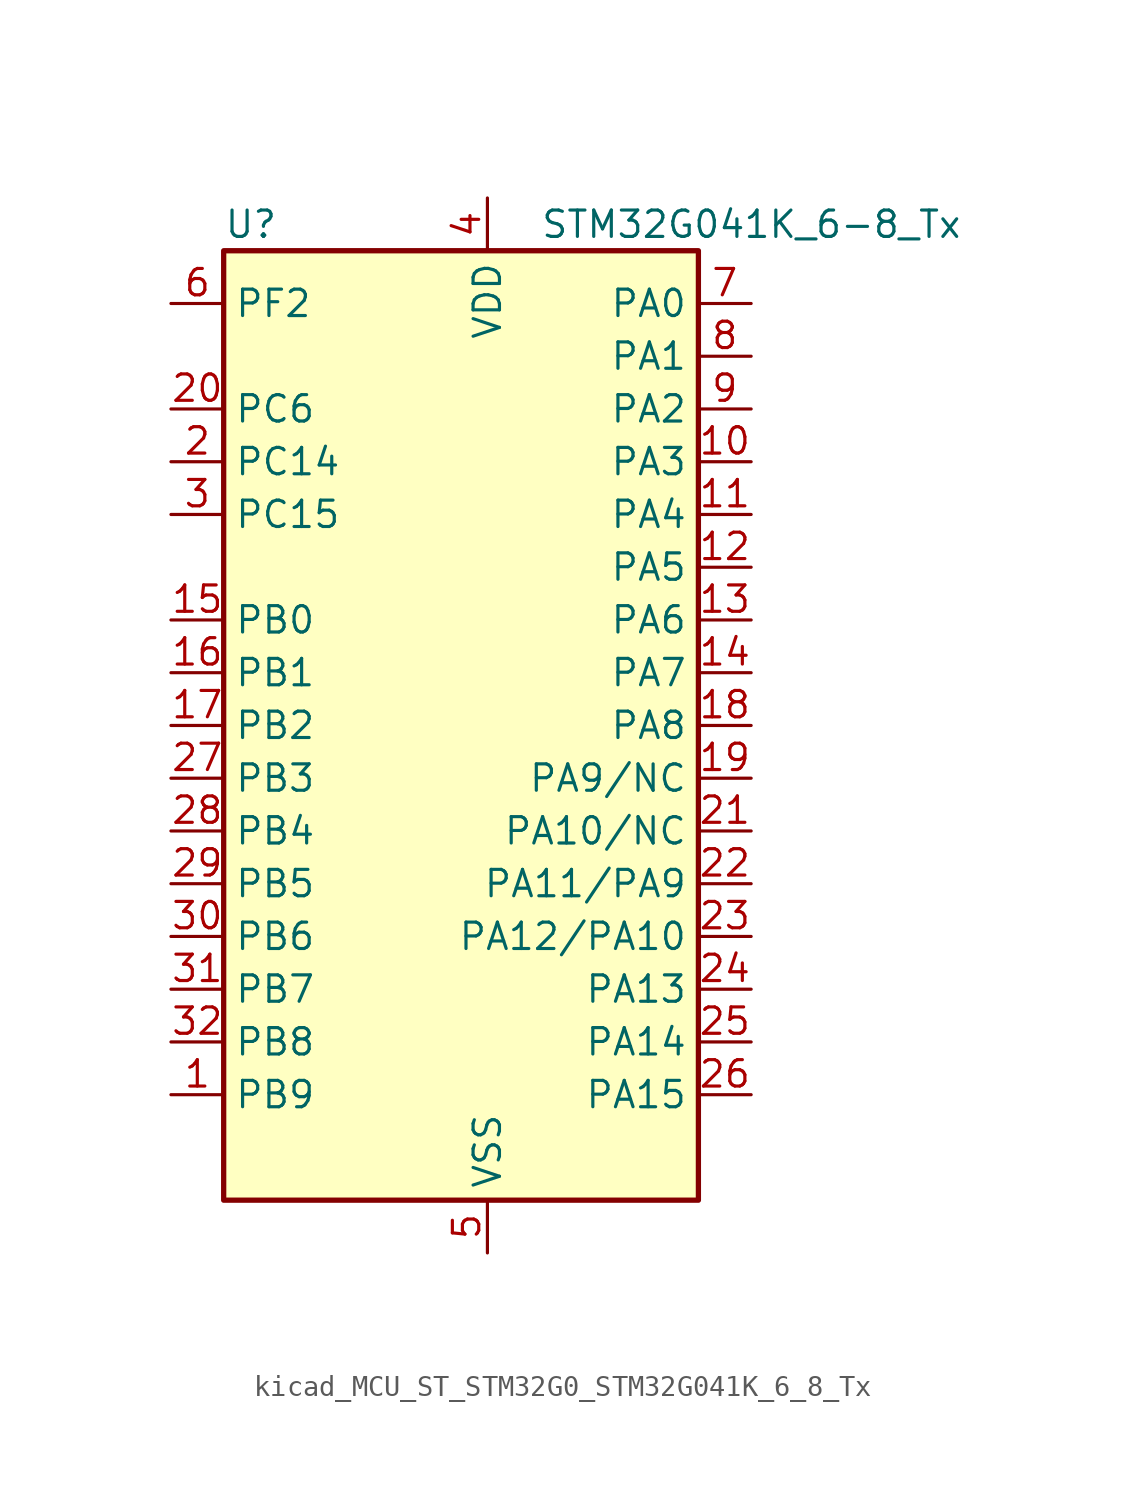
<source format=kicad_sym>
(kicad_symbol_lib
  (version 20220914)
  (generator kicad_symbol_editor)
  (symbol "kicad_MCU_ST_STM32G0_STM32G041K_6_8_Tx"
    (property "Reference" "U"
      (at -10.16 24.13 0)
      (effects (font (size 1.27 1.27)) (justify left)))
    (property "Value" "STM32G041K_6-8_Tx"
      (at 5.08 24.13 0)
      (effects (font (size 1.27 1.27)) (justify left)))
    (property "ki_locked" ""
      (at 0 0 0)
      (effects (font (size 1.27 1.27))))
    (symbol "kicad_MCU_ST_STM32G0_STM32G041K_6_8_Tx_0_1"
      (rectangle (start -10.16 -22.86) (end 12.7 22.86) (stroke (width 0.254) (type default)) (fill (type background))))
    (symbol "kicad_MCU_ST_STM32G0_STM32G041K_6_8_Tx_1_1"
      (pin bidirectional line (at -12.7 -17.78 0) (length 2.54) (name "PB9" (effects (font (size 1.27 1.27)))) (number "1" (effects (font (size 1.27 1.27)))) (alternate "I2C1_SDA" bidirectional line) (alternate "IR_OUT" bidirectional line) (alternate "SPI2_NSS" bidirectional line) (alternate "TIM17_CH1" bidirectional line))
      (pin bidirectional line (at 15.24 12.7 180) (length 2.54) (name "PA3" (effects (font (size 1.27 1.27)))) (number "10" (effects (font (size 1.27 1.27)))) (alternate "ADC1_IN3" bidirectional line) (alternate "LPUART1_RX" bidirectional line) (alternate "SPI2_MISO" bidirectional line) (alternate "TIM2_CH4" bidirectional line) (alternate "USART2_RX" bidirectional line))
      (pin bidirectional line (at 15.24 10.16 180) (length 2.54) (name "PA4" (effects (font (size 1.27 1.27)))) (number "11" (effects (font (size 1.27 1.27)))) (alternate "ADC1_IN4" bidirectional line) (alternate "I2S1_WS" bidirectional line) (alternate "LPTIM2_OUT" bidirectional line) (alternate "RTC_OUT_ALARM" bidirectional line) (alternate "RTC_OUT_CALIB" bidirectional line) (alternate "RTC_TAMP_IN1" bidirectional line) (alternate "RTC_TS" bidirectional line) (alternate "SPI1_NSS" bidirectional line) (alternate "SPI2_MOSI" bidirectional line) (alternate "SYS_WKUP2" bidirectional line) (alternate "TIM14_CH1" bidirectional line))
      (pin bidirectional line (at 15.24 7.62 180) (length 2.54) (name "PA5" (effects (font (size 1.27 1.27)))) (number "12" (effects (font (size 1.27 1.27)))) (alternate "ADC1_IN5" bidirectional line) (alternate "I2S1_CK" bidirectional line) (alternate "LPTIM2_ETR" bidirectional line) (alternate "SPI1_SCK" bidirectional line) (alternate "TIM2_CH1" bidirectional line) (alternate "TIM2_ETR" bidirectional line))
      (pin bidirectional line (at 15.24 5.08 180) (length 2.54) (name "PA6" (effects (font (size 1.27 1.27)))) (number "13" (effects (font (size 1.27 1.27)))) (alternate "ADC1_IN6" bidirectional line) (alternate "I2S1_MCK" bidirectional line) (alternate "LPUART1_CTS" bidirectional line) (alternate "SPI1_MISO" bidirectional line) (alternate "TIM16_CH1" bidirectional line) (alternate "TIM1_BK" bidirectional line) (alternate "TIM3_CH1" bidirectional line))
      (pin bidirectional line (at 15.24 2.54 180) (length 2.54) (name "PA7" (effects (font (size 1.27 1.27)))) (number "14" (effects (font (size 1.27 1.27)))) (alternate "ADC1_IN7" bidirectional line) (alternate "I2S1_SD" bidirectional line) (alternate "SPI1_MOSI" bidirectional line) (alternate "TIM14_CH1" bidirectional line) (alternate "TIM17_CH1" bidirectional line) (alternate "TIM1_CH1N" bidirectional line) (alternate "TIM3_CH2" bidirectional line))
      (pin bidirectional line (at -12.7 5.08 0) (length 2.54) (name "PB0" (effects (font (size 1.27 1.27)))) (number "15" (effects (font (size 1.27 1.27)))) (alternate "ADC1_IN8" bidirectional line) (alternate "I2S1_WS" bidirectional line) (alternate "LPTIM1_OUT" bidirectional line) (alternate "SPI1_NSS" bidirectional line) (alternate "TIM1_CH2N" bidirectional line) (alternate "TIM3_CH3" bidirectional line))
      (pin bidirectional line (at -12.7 2.54 0) (length 2.54) (name "PB1" (effects (font (size 1.27 1.27)))) (number "16" (effects (font (size 1.27 1.27)))) (alternate "ADC1_IN9" bidirectional line) (alternate "LPTIM2_IN1" bidirectional line) (alternate "LPUART1_DE" bidirectional line) (alternate "LPUART1_RTS" bidirectional line) (alternate "TIM14_CH1" bidirectional line) (alternate "TIM1_CH3N" bidirectional line) (alternate "TIM3_CH4" bidirectional line))
      (pin bidirectional line (at -12.7 0 0) (length 2.54) (name "PB2" (effects (font (size 1.27 1.27)))) (number "17" (effects (font (size 1.27 1.27)))) (alternate "ADC1_IN10" bidirectional line) (alternate "LPTIM1_OUT" bidirectional line) (alternate "SPI2_MISO" bidirectional line))
      (pin bidirectional line (at 15.24 0 180) (length 2.54) (name "PA8" (effects (font (size 1.27 1.27)))) (number "18" (effects (font (size 1.27 1.27)))) (alternate "LPTIM2_OUT" bidirectional line) (alternate "RCC_MCO" bidirectional line) (alternate "SPI2_NSS" bidirectional line) (alternate "TIM1_CH1" bidirectional line))
      (pin bidirectional line (at 15.24 -2.54 180) (length 2.54) (name "PA9/NC" (effects (font (size 1.27 1.27)))) (number "19" (effects (font (size 1.27 1.27)))) (alternate "I2C1_SCL" bidirectional line) (alternate "RCC_MCO" bidirectional line) (alternate "SPI2_MISO" bidirectional line) (alternate "TIM1_CH2" bidirectional line) (alternate "USART1_TX" bidirectional line))
      (pin bidirectional line (at -12.7 12.7 0) (length 2.54) (name "PC14" (effects (font (size 1.27 1.27)))) (number "2" (effects (font (size 1.27 1.27)))) (alternate "RCC_OSC32_IN" bidirectional line) (alternate "RCC_OSC_IN" bidirectional line) (alternate "TIM1_BK2" bidirectional line))
      (pin bidirectional line (at -12.7 15.24 0) (length 2.54) (name "PC6" (effects (font (size 1.27 1.27)))) (number "20" (effects (font (size 1.27 1.27)))) (alternate "TIM2_CH3" bidirectional line) (alternate "TIM3_CH1" bidirectional line))
      (pin bidirectional line (at 15.24 -5.08 180) (length 2.54) (name "PA10/NC" (effects (font (size 1.27 1.27)))) (number "21" (effects (font (size 1.27 1.27)))) (alternate "I2C1_SDA" bidirectional line) (alternate "SPI2_MOSI" bidirectional line) (alternate "TIM17_BK" bidirectional line) (alternate "TIM1_CH3" bidirectional line) (alternate "USART1_RX" bidirectional line))
      (pin bidirectional line (at 15.24 -7.62 180) (length 2.54) (name "PA11/PA9" (effects (font (size 1.27 1.27)))) (number "22" (effects (font (size 1.27 1.27)))) (alternate "ADC1_EXTI11" bidirectional line) (alternate "ADC1_IN15" bidirectional line) (alternate "I2C2_SCL" bidirectional line) (alternate "I2S1_MCK" bidirectional line) (alternate "SPI1_MISO" bidirectional line) (alternate "TIM1_BK2" bidirectional line) (alternate "TIM1_CH4" bidirectional line) (alternate "USART1_CTS" bidirectional line) (alternate "USART1_NSS" bidirectional line))
      (pin bidirectional line (at 15.24 -10.16 180) (length 2.54) (name "PA12/PA10" (effects (font (size 1.27 1.27)))) (number "23" (effects (font (size 1.27 1.27)))) (alternate "ADC1_IN16" bidirectional line) (alternate "I2C2_SDA" bidirectional line) (alternate "I2S1_SD" bidirectional line) (alternate "I2S_CKIN" bidirectional line) (alternate "SPI1_MOSI" bidirectional line) (alternate "TIM1_ETR" bidirectional line) (alternate "USART1_CK" bidirectional line) (alternate "USART1_DE" bidirectional line) (alternate "USART1_RTS" bidirectional line))
      (pin bidirectional line (at 15.24 -12.7 180) (length 2.54) (name "PA13" (effects (font (size 1.27 1.27)))) (number "24" (effects (font (size 1.27 1.27)))) (alternate "ADC1_IN17" bidirectional line) (alternate "IR_OUT" bidirectional line) (alternate "SYS_SWDIO" bidirectional line))
      (pin bidirectional line (at 15.24 -15.24 180) (length 2.54) (name "PA14" (effects (font (size 1.27 1.27)))) (number "25" (effects (font (size 1.27 1.27)))) (alternate "ADC1_IN18" bidirectional line) (alternate "SYS_SWCLK" bidirectional line) (alternate "USART2_TX" bidirectional line))
      (pin bidirectional line (at 15.24 -17.78 180) (length 2.54) (name "PA15" (effects (font (size 1.27 1.27)))) (number "26" (effects (font (size 1.27 1.27)))) (alternate "I2S1_WS" bidirectional line) (alternate "SPI1_NSS" bidirectional line) (alternate "TIM2_CH1" bidirectional line) (alternate "TIM2_ETR" bidirectional line) (alternate "USART2_RX" bidirectional line))
      (pin bidirectional line (at -12.7 -2.54 0) (length 2.54) (name "PB3" (effects (font (size 1.27 1.27)))) (number "27" (effects (font (size 1.27 1.27)))) (alternate "I2S1_CK" bidirectional line) (alternate "SPI1_SCK" bidirectional line) (alternate "TIM1_CH2" bidirectional line) (alternate "TIM2_CH2" bidirectional line) (alternate "USART1_CK" bidirectional line) (alternate "USART1_DE" bidirectional line) (alternate "USART1_RTS" bidirectional line))
      (pin bidirectional line (at -12.7 -5.08 0) (length 2.54) (name "PB4" (effects (font (size 1.27 1.27)))) (number "28" (effects (font (size 1.27 1.27)))) (alternate "I2S1_MCK" bidirectional line) (alternate "SPI1_MISO" bidirectional line) (alternate "TIM17_BK" bidirectional line) (alternate "TIM3_CH1" bidirectional line) (alternate "USART1_CTS" bidirectional line) (alternate "USART1_NSS" bidirectional line))
      (pin bidirectional line (at -12.7 -7.62 0) (length 2.54) (name "PB5" (effects (font (size 1.27 1.27)))) (number "29" (effects (font (size 1.27 1.27)))) (alternate "I2C1_SMBA" bidirectional line) (alternate "I2S1_SD" bidirectional line) (alternate "LPTIM1_IN1" bidirectional line) (alternate "SPI1_MOSI" bidirectional line) (alternate "SYS_WKUP6" bidirectional line) (alternate "TIM16_BK" bidirectional line) (alternate "TIM3_CH2" bidirectional line))
      (pin bidirectional line (at -12.7 10.16 0) (length 2.54) (name "PC15" (effects (font (size 1.27 1.27)))) (number "3" (effects (font (size 1.27 1.27)))) (alternate "RCC_OSC32_EN" bidirectional line) (alternate "RCC_OSC32_OUT" bidirectional line) (alternate "RCC_OSC_EN" bidirectional line))
      (pin bidirectional line (at -12.7 -10.16 0) (length 2.54) (name "PB6" (effects (font (size 1.27 1.27)))) (number "30" (effects (font (size 1.27 1.27)))) (alternate "I2C1_SCL" bidirectional line) (alternate "LPTIM1_ETR" bidirectional line) (alternate "SPI2_MISO" bidirectional line) (alternate "TIM16_CH1N" bidirectional line) (alternate "TIM1_CH3" bidirectional line) (alternate "USART1_TX" bidirectional line))
      (pin bidirectional line (at -12.7 -12.7 0) (length 2.54) (name "PB7" (effects (font (size 1.27 1.27)))) (number "31" (effects (font (size 1.27 1.27)))) (alternate "ADC1_IN11" bidirectional line) (alternate "I2C1_SDA" bidirectional line) (alternate "LPTIM1_IN2" bidirectional line) (alternate "SPI2_MOSI" bidirectional line) (alternate "SYS_PVD_IN" bidirectional line) (alternate "TIM17_CH1N" bidirectional line) (alternate "USART1_RX" bidirectional line))
      (pin bidirectional line (at -12.7 -15.24 0) (length 2.54) (name "PB8" (effects (font (size 1.27 1.27)))) (number "32" (effects (font (size 1.27 1.27)))) (alternate "I2C1_SCL" bidirectional line) (alternate "SPI2_SCK" bidirectional line) (alternate "TIM16_CH1" bidirectional line))
      (pin power_in line (at 2.54 25.4 270) (length 2.54) (name "VDD" (effects (font (size 1.27 1.27)))) (number "4" (effects (font (size 1.27 1.27)))))
      (pin power_in line (at 2.54 -25.4 90) (length 2.54) (name "VSS" (effects (font (size 1.27 1.27)))) (number "5" (effects (font (size 1.27 1.27)))))
      (pin bidirectional line (at -12.7 20.32 0) (length 2.54) (name "PF2" (effects (font (size 1.27 1.27)))) (number "6" (effects (font (size 1.27 1.27)))) (alternate "RCC_MCO" bidirectional line))
      (pin bidirectional line (at 15.24 20.32 180) (length 2.54) (name "PA0" (effects (font (size 1.27 1.27)))) (number "7" (effects (font (size 1.27 1.27)))) (alternate "ADC1_IN0" bidirectional line) (alternate "LPTIM1_OUT" bidirectional line) (alternate "RTC_TAMP_IN2" bidirectional line) (alternate "SPI2_SCK" bidirectional line) (alternate "SYS_WKUP1" bidirectional line) (alternate "TIM2_CH1" bidirectional line) (alternate "TIM2_ETR" bidirectional line) (alternate "USART2_CTS" bidirectional line) (alternate "USART2_NSS" bidirectional line))
      (pin bidirectional line (at 15.24 17.78 180) (length 2.54) (name "PA1" (effects (font (size 1.27 1.27)))) (number "8" (effects (font (size 1.27 1.27)))) (alternate "ADC1_IN1" bidirectional line) (alternate "I2C1_SMBA" bidirectional line) (alternate "I2S1_CK" bidirectional line) (alternate "SPI1_SCK" bidirectional line) (alternate "TIM2_CH2" bidirectional line) (alternate "USART2_CK" bidirectional line) (alternate "USART2_DE" bidirectional line) (alternate "USART2_RTS" bidirectional line))
      (pin bidirectional line (at 15.24 15.24 180) (length 2.54) (name "PA2" (effects (font (size 1.27 1.27)))) (number "9" (effects (font (size 1.27 1.27)))) (alternate "ADC1_IN2" bidirectional line) (alternate "I2S1_SD" bidirectional line) (alternate "LPUART1_TX" bidirectional line) (alternate "RCC_LSCO" bidirectional line) (alternate "SPI1_MOSI" bidirectional line) (alternate "SYS_WKUP4" bidirectional line) (alternate "TIM2_CH3" bidirectional line) (alternate "USART2_TX" bidirectional line)))))
</source>
